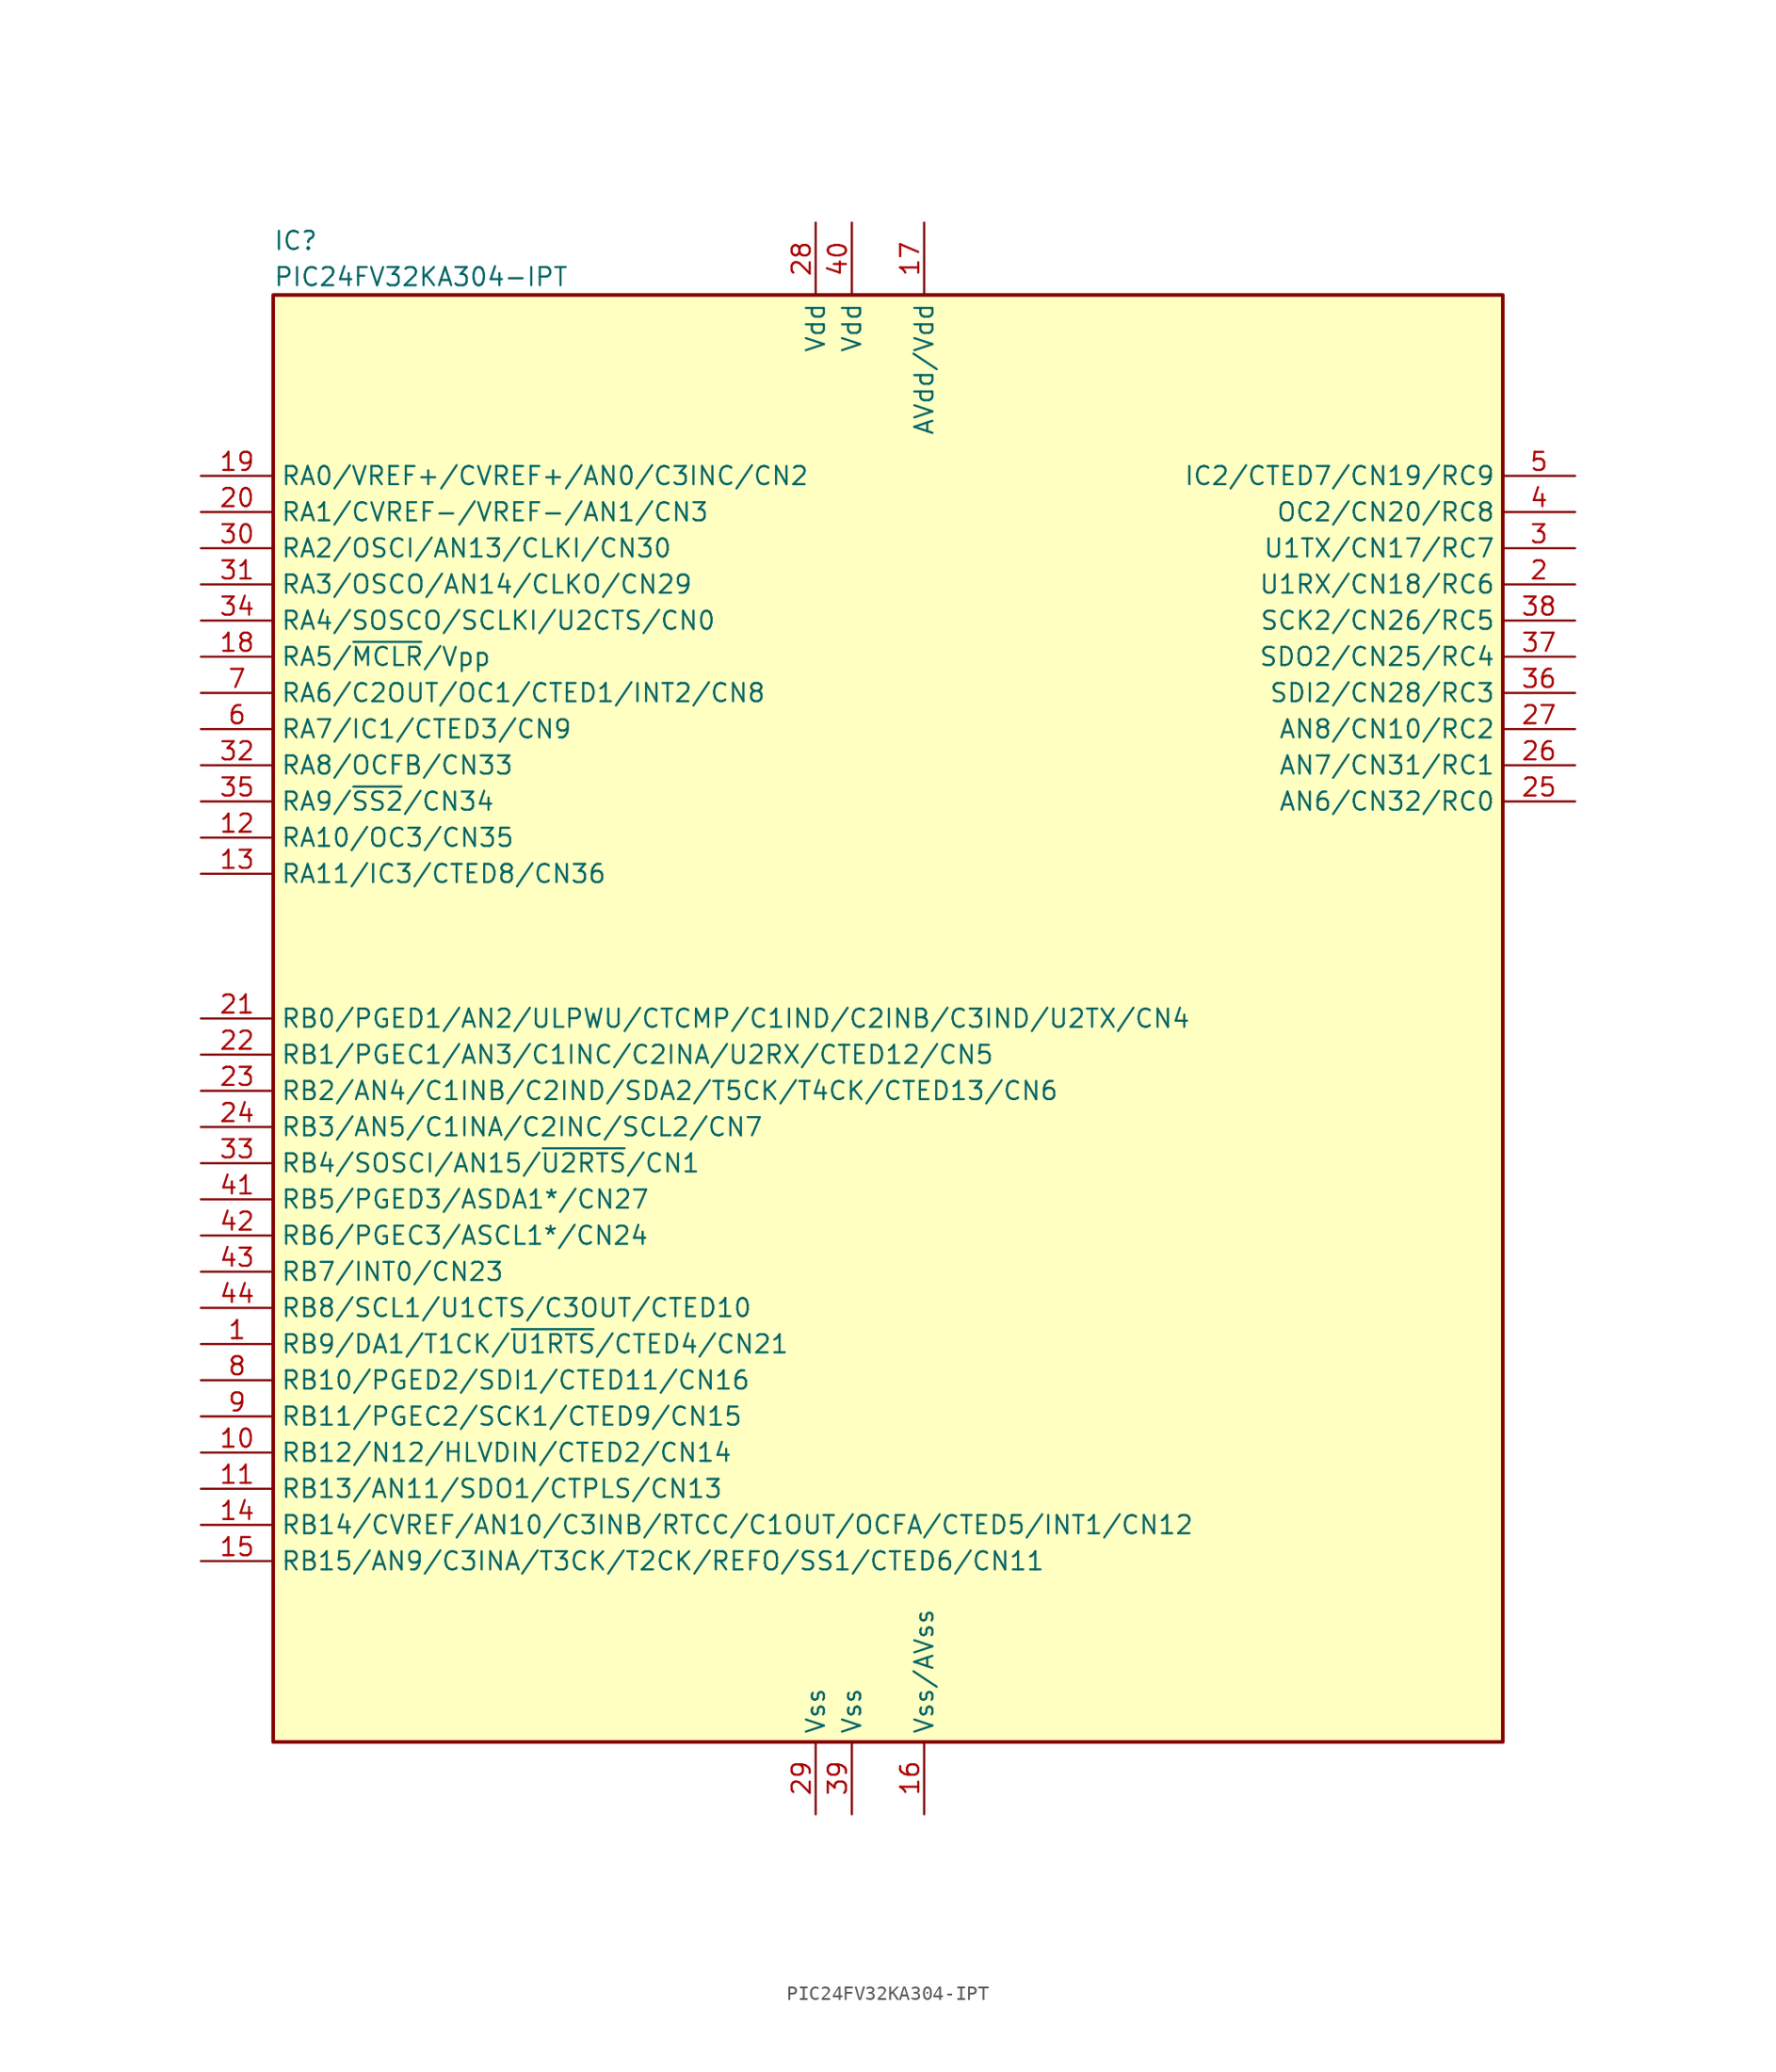
<source format=kicad_sym>
(kicad_symbol_lib
  (version 20241209)
  (generator "kicad_symbol_editor")
  (generator_version "9.0")
  (symbol "PIC24FV32KA304-IPT"
    (property "Reference" "IC"
      (at -43.18 54.61 0)
      (effects (font (size 1.27 1.27)) (justify left)))
    (property "Value" "PIC24FV32KA304-IPT"
      (at -43.18 52.07 0)
      (effects (font (size 1.27 1.27)) (justify left)))
    (symbol "PIC24FV32KA304-IPT_1_0"
      (rectangle (start -43.18 -50.8) (end 43.18 50.8) (stroke (width 0.254) (type default)) (fill (type background))))
    (symbol "PIC24FV32KA304-IPT_1_1"
      (pin bidirectional line (at -48.26 38.1 0) (length 5.08) (name "RA0/VREF+/CVREF+/AN0/C3INC/CN2" (effects (font (size 1.27 1.27)))) (number "19" (effects (font (size 1.27 1.27)))))
      (pin bidirectional line (at -48.26 35.56 0) (length 5.08) (name "RA1/CVREF-/VREF-/AN1/CN3" (effects (font (size 1.27 1.27)))) (number "20" (effects (font (size 1.27 1.27)))))
      (pin bidirectional line (at -48.26 33.02 0) (length 5.08) (name "RA2/OSCI/AN13/CLKI/CN30" (effects (font (size 1.27 1.27)))) (number "30" (effects (font (size 1.27 1.27)))))
      (pin bidirectional line (at -48.26 30.48 0) (length 5.08) (name "RA3/OSCO/AN14/CLKO/CN29" (effects (font (size 1.27 1.27)))) (number "31" (effects (font (size 1.27 1.27)))))
      (pin bidirectional line (at -48.26 27.94 0) (length 5.08) (name "RA4/SOSCO/SCLKI/U2CTS/CN0" (effects (font (size 1.27 1.27)))) (number "34" (effects (font (size 1.27 1.27)))))
      (pin bidirectional line (at -48.26 25.4 0) (length 5.08) (name "RA5/~{MCLR}/Vpp" (effects (font (size 1.27 1.27)))) (number "18" (effects (font (size 1.27 1.27)))))
      (pin bidirectional line (at -48.26 22.86 0) (length 5.08) (name "RA6/C2OUT/OC1/CTED1/INT2/CN8" (effects (font (size 1.27 1.27)))) (number "7" (effects (font (size 1.27 1.27)))))
      (pin bidirectional line (at -48.26 20.32 0) (length 5.08) (name "RA7/IC1/CTED3/CN9" (effects (font (size 1.27 1.27)))) (number "6" (effects (font (size 1.27 1.27)))))
      (pin bidirectional line (at -48.26 17.78 0) (length 5.08) (name "RA8/OCFB/CN33" (effects (font (size 1.27 1.27)))) (number "32" (effects (font (size 1.27 1.27)))))
      (pin bidirectional line (at -48.26 15.24 0) (length 5.08) (name "RA9/~{SS2}/CN34" (effects (font (size 1.27 1.27)))) (number "35" (effects (font (size 1.27 1.27)))))
      (pin bidirectional line (at -48.26 12.7 0) (length 5.08) (name "RA10/OC3/CN35" (effects (font (size 1.27 1.27)))) (number "12" (effects (font (size 1.27 1.27)))))
      (pin bidirectional line (at -48.26 10.16 0) (length 5.08) (name "RA11/IC3/CTED8/CN36" (effects (font (size 1.27 1.27)))) (number "13" (effects (font (size 1.27 1.27)))))
      (pin bidirectional line (at -48.26 0 0) (length 5.08) (name "RB0/PGED1/AN2/ULPWU/CTCMP/C1IND/C2INB/C3IND/U2TX/CN4" (effects (font (size 1.27 1.27)))) (number "21" (effects (font (size 1.27 1.27)))))
      (pin bidirectional line (at -48.26 -2.54 0) (length 5.08) (name "RB1/PGEC1/AN3/C1INC/C2INA/U2RX/CTED12/CN5" (effects (font (size 1.27 1.27)))) (number "22" (effects (font (size 1.27 1.27)))))
      (pin bidirectional line (at -48.26 -5.08 0) (length 5.08) (name "RB2/AN4/C1INB/C2IND/SDA2/T5CK/T4CK/CTED13/CN6" (effects (font (size 1.27 1.27)))) (number "23" (effects (font (size 1.27 1.27)))))
      (pin bidirectional line (at -48.26 -7.62 0) (length 5.08) (name "RB3/AN5/C1INA/C2INC/SCL2/CN7" (effects (font (size 1.27 1.27)))) (number "24" (effects (font (size 1.27 1.27)))))
      (pin bidirectional line (at -48.26 -10.16 0) (length 5.08) (name "RB4/SOSCI/AN15/~{U2RTS}/CN1" (effects (font (size 1.27 1.27)))) (number "33" (effects (font (size 1.27 1.27)))))
      (pin bidirectional line (at -48.26 -12.7 0) (length 5.08) (name "RB5/PGED3/ASDA1*/CN27" (effects (font (size 1.27 1.27)))) (number "41" (effects (font (size 1.27 1.27)))))
      (pin bidirectional line (at -48.26 -15.24 0) (length 5.08) (name "RB6/PGEC3/ASCL1*/CN24" (effects (font (size 1.27 1.27)))) (number "42" (effects (font (size 1.27 1.27)))))
      (pin bidirectional line (at -48.26 -17.78 0) (length 5.08) (name "RB7/INT0/CN23" (effects (font (size 1.27 1.27)))) (number "43" (effects (font (size 1.27 1.27)))))
      (pin bidirectional line (at -48.26 -20.32 0) (length 5.08) (name "RB8/SCL1/U1CTS/C3OUT/CTED10" (effects (font (size 1.27 1.27)))) (number "44" (effects (font (size 1.27 1.27)))))
      (pin bidirectional line (at -48.26 -22.86 0) (length 5.08) (name "RB9/DA1/T1CK/~{U1RTS}/CTED4/CN21" (effects (font (size 1.27 1.27)))) (number "1" (effects (font (size 1.27 1.27)))))
      (pin bidirectional line (at -48.26 -25.4 0) (length 5.08) (name "RB10/PGED2/SDI1/CTED11/CN16" (effects (font (size 1.27 1.27)))) (number "8" (effects (font (size 1.27 1.27)))))
      (pin bidirectional line (at -48.26 -27.94 0) (length 5.08) (name "RB11/PGEC2/SCK1/CTED9/CN15" (effects (font (size 1.27 1.27)))) (number "9" (effects (font (size 1.27 1.27)))))
      (pin bidirectional line (at -48.26 -30.48 0) (length 5.08) (name "RB12/N12/HLVDIN/CTED2/CN14" (effects (font (size 1.27 1.27)))) (number "10" (effects (font (size 1.27 1.27)))))
      (pin bidirectional line (at -48.26 -33.02 0) (length 5.08) (name "RB13/AN11/SDO1/CTPLS/CN13" (effects (font (size 1.27 1.27)))) (number "11" (effects (font (size 1.27 1.27)))))
      (pin bidirectional line (at -48.26 -35.56 0) (length 5.08) (name "RB14/CVREF/AN10/C3INB/RTCC/C1OUT/OCFA/CTED5/INT1/CN12" (effects (font (size 1.27 1.27)))) (number "14" (effects (font (size 1.27 1.27)))))
      (pin bidirectional line (at -48.26 -38.1 0) (length 5.08) (name "RB15/AN9/C3INA/T3CK/T2CK/REFO/SS1/CTED6/CN11" (effects (font (size 1.27 1.27)))) (number "15" (effects (font (size 1.27 1.27)))))
      (pin power_in line (at -5.08 55.88 270) (length 5.08) (name "Vdd" (effects (font (size 1.27 1.27)))) (number "28" (effects (font (size 1.27 1.27)))))
      (pin power_in line (at -5.08 -55.88 90) (length 5.08) (name "Vss" (effects (font (size 1.27 1.27)))) (number "29" (effects (font (size 1.27 1.27)))))
      (pin power_in line (at -2.54 55.88 270) (length 5.08) (name "Vdd" (effects (font (size 1.27 1.27)))) (number "40" (effects (font (size 1.27 1.27)))))
      (pin power_in line (at -2.54 -55.88 90) (length 5.08) (name "Vss" (effects (font (size 1.27 1.27)))) (number "39" (effects (font (size 1.27 1.27)))))
      (pin power_in line (at 2.54 55.88 270) (length 5.08) (name "AVdd/Vdd" (effects (font (size 1.27 1.27)))) (number "17" (effects (font (size 1.27 1.27)))))
      (pin power_in line (at 2.54 -55.88 90) (length 5.08) (name "Vss/AVss" (effects (font (size 1.27 1.27)))) (number "16" (effects (font (size 1.27 1.27)))))
      (pin bidirectional line (at 48.26 38.1 180) (length 5.08) (name "IC2/CTED7/CN19/RC9" (effects (font (size 1.27 1.27)))) (number "5" (effects (font (size 1.27 1.27)))))
      (pin bidirectional line (at 48.26 35.56 180) (length 5.08) (name "OC2/CN20/RC8" (effects (font (size 1.27 1.27)))) (number "4" (effects (font (size 1.27 1.27)))))
      (pin bidirectional line (at 48.26 33.02 180) (length 5.08) (name "U1TX/CN17/RC7" (effects (font (size 1.27 1.27)))) (number "3" (effects (font (size 1.27 1.27)))))
      (pin bidirectional line (at 48.26 30.48 180) (length 5.08) (name "U1RX/CN18/RC6" (effects (font (size 1.27 1.27)))) (number "2" (effects (font (size 1.27 1.27)))))
      (pin bidirectional line (at 48.26 27.94 180) (length 5.08) (name "SCK2/CN26/RC5" (effects (font (size 1.27 1.27)))) (number "38" (effects (font (size 1.27 1.27)))))
      (pin bidirectional line (at 48.26 25.4 180) (length 5.08) (name "SDO2/CN25/RC4" (effects (font (size 1.27 1.27)))) (number "37" (effects (font (size 1.27 1.27)))))
      (pin bidirectional line (at 48.26 22.86 180) (length 5.08) (name "SDI2/CN28/RC3" (effects (font (size 1.27 1.27)))) (number "36" (effects (font (size 1.27 1.27)))))
      (pin bidirectional line (at 48.26 20.32 180) (length 5.08) (name "AN8/CN10/RC2" (effects (font (size 1.27 1.27)))) (number "27" (effects (font (size 1.27 1.27)))))
      (pin bidirectional line (at 48.26 17.78 180) (length 5.08) (name "AN7/CN31/RC1" (effects (font (size 1.27 1.27)))) (number "26" (effects (font (size 1.27 1.27)))))
      (pin bidirectional line (at 48.26 15.24 180) (length 5.08) (name "AN6/CN32/RC0" (effects (font (size 1.27 1.27)))) (number "25" (effects (font (size 1.27 1.27))))))))
</source>
